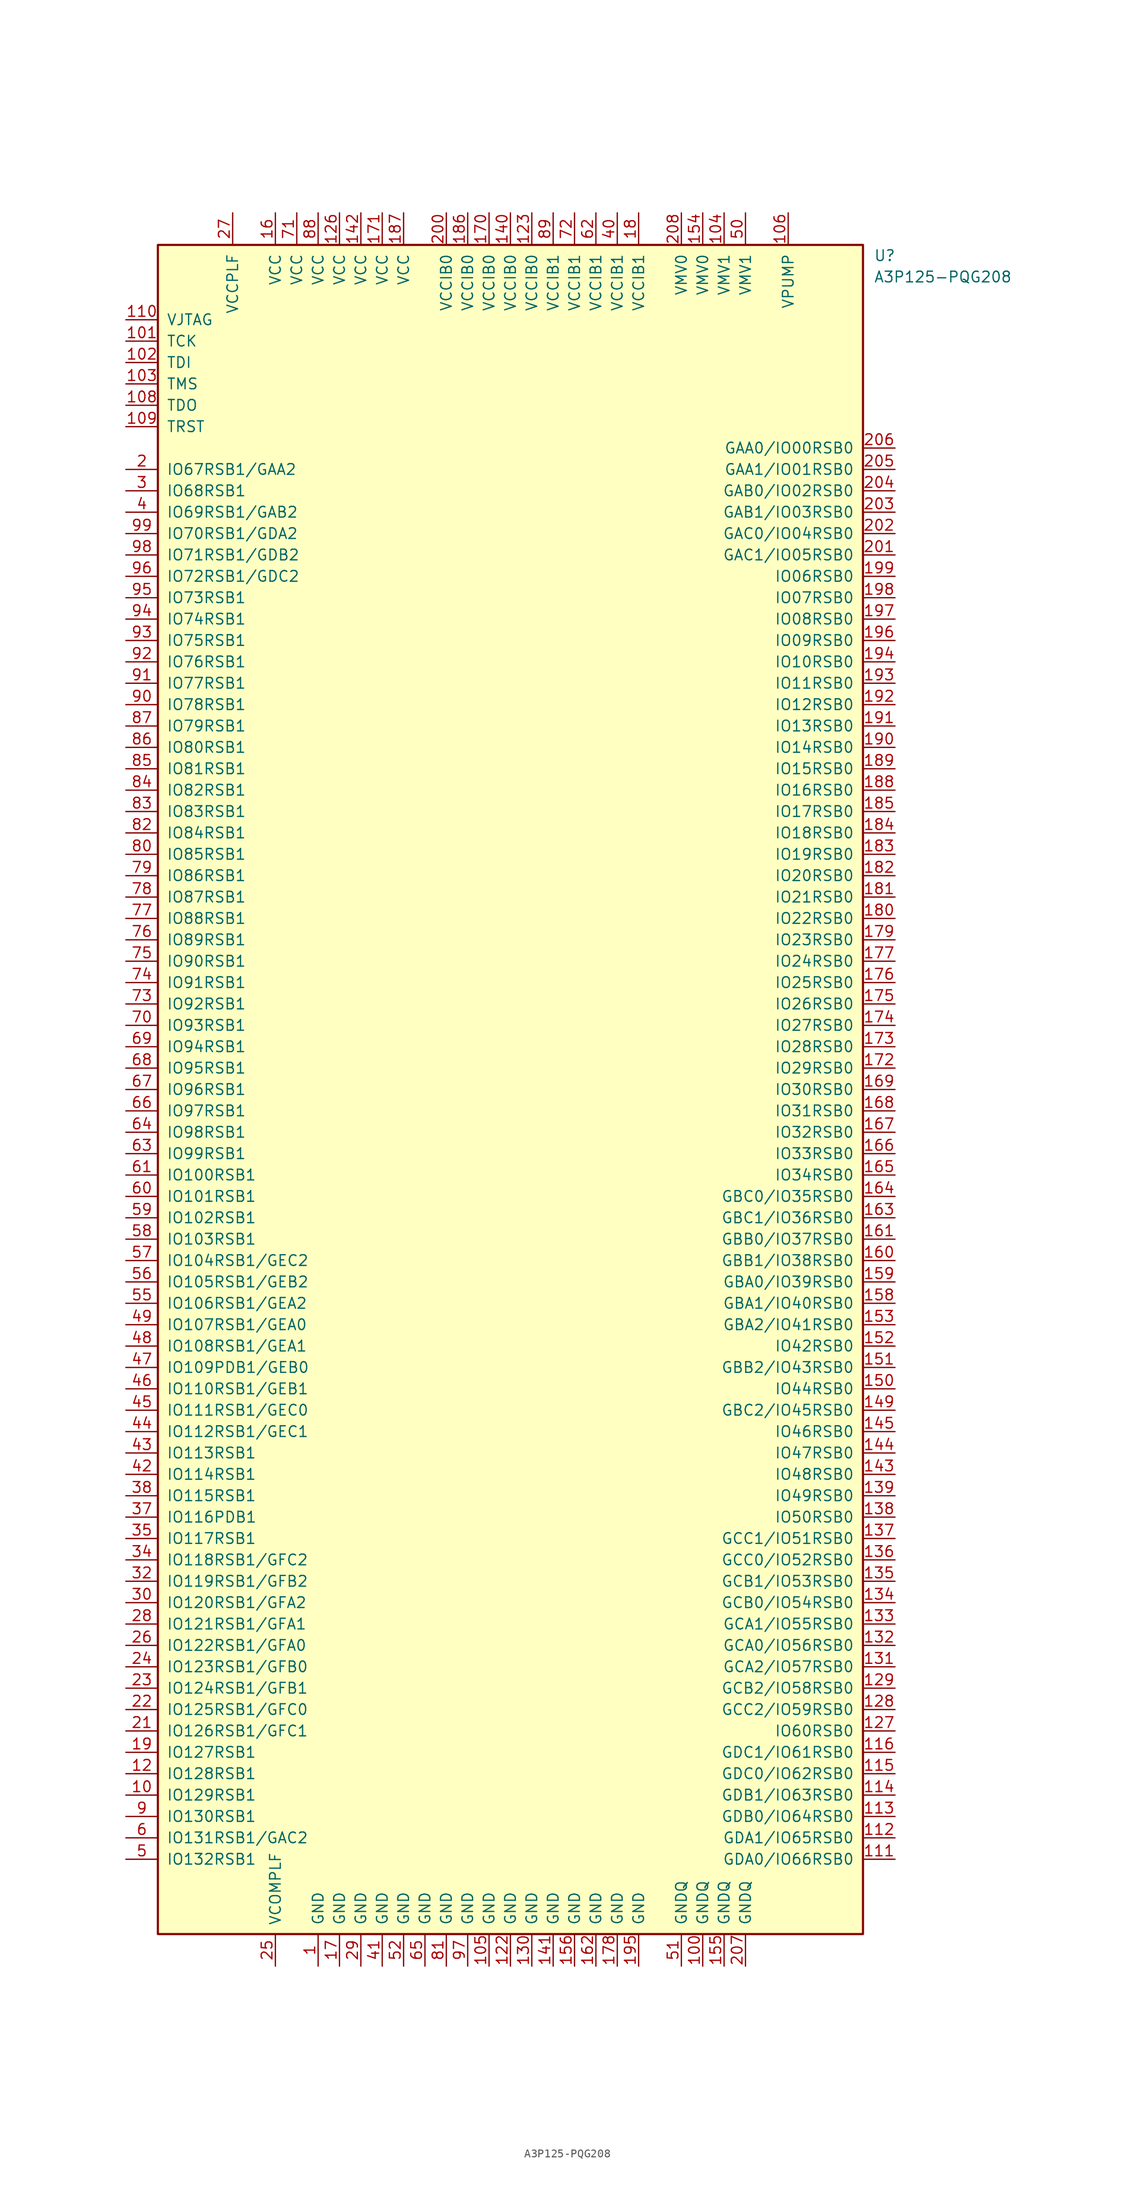
<source format=kicad_sym>
(kicad_symbol_lib
  (version 20201005)
  (generator kicad_symbol_editor)
  (symbol "FPGA_Microsemi:A3P125-PQG208"
    (pin_names
      (offset 1.016))
    (property "Reference" "U"
      (at 43.18 99.06 0)
      (effects (font (size 1.27 1.27)) (justify left)))
    (property "Value" "A3P125-PQG208"
      (at 43.18 96.52 0)
      (effects (font (size 1.27 1.27)) (justify left)))
    (symbol "A3P125-PQG208_1_0"
      (rectangle (start -41.91 -100.33) (end 41.91 100.33) (stroke (width 0.254)) (fill (type background))))
    (symbol "A3P125-PQG208_1_1"
      (pin power_in line (at -22.86 -104.14 90) (length 3.81) (name "GND" (effects (font (size 1.27 1.27)))) (number "1" (effects (font (size 1.27 1.27)))))
      (pin bidirectional line (at -45.72 -83.82 0) (length 3.81) (name "IO129RSB1" (effects (font (size 1.27 1.27)))) (number "10" (effects (font (size 1.27 1.27)))))
      (pin power_in line (at 22.86 -104.14 90) (length 3.81) (name "GNDQ" (effects (font (size 1.27 1.27)))) (number "100" (effects (font (size 1.27 1.27)))))
      (pin bidirectional line (at -45.72 88.9 0) (length 3.81) (name "TCK" (effects (font (size 1.27 1.27)))) (number "101" (effects (font (size 1.27 1.27)))))
      (pin bidirectional line (at -45.72 86.36 0) (length 3.81) (name "TDI" (effects (font (size 1.27 1.27)))) (number "102" (effects (font (size 1.27 1.27)))))
      (pin bidirectional line (at -45.72 83.82 0) (length 3.81) (name "TMS" (effects (font (size 1.27 1.27)))) (number "103" (effects (font (size 1.27 1.27)))))
      (pin power_in line (at 25.4 104.14 270) (length 3.81) (name "VMV1" (effects (font (size 1.27 1.27)))) (number "104" (effects (font (size 1.27 1.27)))))
      (pin power_in line (at -2.54 -104.14 90) (length 3.81) (name "GND" (effects (font (size 1.27 1.27)))) (number "105" (effects (font (size 1.27 1.27)))))
      (pin power_in line (at 33.02 104.14 270) (length 3.81) (name "VPUMP" (effects (font (size 1.27 1.27)))) (number "106" (effects (font (size 1.27 1.27)))))
      (pin bidirectional line (at -45.72 81.28 0) (length 3.81) (name "TDO" (effects (font (size 1.27 1.27)))) (number "108" (effects (font (size 1.27 1.27)))))
      (pin bidirectional line (at -45.72 78.74 0) (length 3.81) (name "TRST" (effects (font (size 1.27 1.27)))) (number "109" (effects (font (size 1.27 1.27)))))
      (pin power_in line (at -45.72 91.44 0) (length 3.81) (name "VJTAG" (effects (font (size 1.27 1.27)))) (number "110" (effects (font (size 1.27 1.27)))))
      (pin bidirectional line (at 45.72 -91.44 180) (length 3.81) (name "GDA0/IO66RSB0" (effects (font (size 1.27 1.27)))) (number "111" (effects (font (size 1.27 1.27)))))
      (pin bidirectional line (at 45.72 -88.9 180) (length 3.81) (name "GDA1/IO65RSB0" (effects (font (size 1.27 1.27)))) (number "112" (effects (font (size 1.27 1.27)))))
      (pin bidirectional line (at 45.72 -86.36 180) (length 3.81) (name "GDB0/IO64RSB0" (effects (font (size 1.27 1.27)))) (number "113" (effects (font (size 1.27 1.27)))))
      (pin bidirectional line (at 45.72 -83.82 180) (length 3.81) (name "GDB1/IO63RSB0" (effects (font (size 1.27 1.27)))) (number "114" (effects (font (size 1.27 1.27)))))
      (pin bidirectional line (at 45.72 -81.28 180) (length 3.81) (name "GDC0/IO62RSB0" (effects (font (size 1.27 1.27)))) (number "115" (effects (font (size 1.27 1.27)))))
      (pin bidirectional line (at 45.72 -78.74 180) (length 3.81) (name "GDC1/IO61RSB0" (effects (font (size 1.27 1.27)))) (number "116" (effects (font (size 1.27 1.27)))))
      (pin bidirectional line (at -45.72 -81.28 0) (length 3.81) (name "IO128RSB1" (effects (font (size 1.27 1.27)))) (number "12" (effects (font (size 1.27 1.27)))))
      (pin power_in line (at 0 -104.14 90) (length 3.81) (name "GND" (effects (font (size 1.27 1.27)))) (number "122" (effects (font (size 1.27 1.27)))))
      (pin power_in line (at 2.54 104.14 270) (length 3.81) (name "VCCIB0" (effects (font (size 1.27 1.27)))) (number "123" (effects (font (size 1.27 1.27)))))
      (pin power_in line (at -20.32 104.14 270) (length 3.81) (name "VCC" (effects (font (size 1.27 1.27)))) (number "126" (effects (font (size 1.27 1.27)))))
      (pin bidirectional line (at 45.72 -76.2 180) (length 3.81) (name "IO60RSB0" (effects (font (size 1.27 1.27)))) (number "127" (effects (font (size 1.27 1.27)))))
      (pin bidirectional line (at 45.72 -73.66 180) (length 3.81) (name "GCC2/IO59RSB0" (effects (font (size 1.27 1.27)))) (number "128" (effects (font (size 1.27 1.27)))))
      (pin bidirectional line (at 45.72 -71.12 180) (length 3.81) (name "GCB2/IO58RSB0" (effects (font (size 1.27 1.27)))) (number "129" (effects (font (size 1.27 1.27)))))
      (pin power_in line (at 2.54 -104.14 90) (length 3.81) (name "GND" (effects (font (size 1.27 1.27)))) (number "130" (effects (font (size 1.27 1.27)))))
      (pin bidirectional line (at 45.72 -68.58 180) (length 3.81) (name "GCA2/IO57RSB0" (effects (font (size 1.27 1.27)))) (number "131" (effects (font (size 1.27 1.27)))))
      (pin bidirectional line (at 45.72 -66.04 180) (length 3.81) (name "GCA0/IO56RSB0" (effects (font (size 1.27 1.27)))) (number "132" (effects (font (size 1.27 1.27)))))
      (pin bidirectional line (at 45.72 -63.5 180) (length 3.81) (name "GCA1/IO55RSB0" (effects (font (size 1.27 1.27)))) (number "133" (effects (font (size 1.27 1.27)))))
      (pin bidirectional line (at 45.72 -60.96 180) (length 3.81) (name "GCB0/IO54RSB0" (effects (font (size 1.27 1.27)))) (number "134" (effects (font (size 1.27 1.27)))))
      (pin bidirectional line (at 45.72 -58.42 180) (length 3.81) (name "GCB1/IO53RSB0" (effects (font (size 1.27 1.27)))) (number "135" (effects (font (size 1.27 1.27)))))
      (pin bidirectional line (at 45.72 -55.88 180) (length 3.81) (name "GCC0/IO52RSB0" (effects (font (size 1.27 1.27)))) (number "136" (effects (font (size 1.27 1.27)))))
      (pin bidirectional line (at 45.72 -53.34 180) (length 3.81) (name "GCC1/IO51RSB0" (effects (font (size 1.27 1.27)))) (number "137" (effects (font (size 1.27 1.27)))))
      (pin bidirectional line (at 45.72 -50.8 180) (length 3.81) (name "IO50RSB0" (effects (font (size 1.27 1.27)))) (number "138" (effects (font (size 1.27 1.27)))))
      (pin bidirectional line (at 45.72 -48.26 180) (length 3.81) (name "IO49RSB0" (effects (font (size 1.27 1.27)))) (number "139" (effects (font (size 1.27 1.27)))))
      (pin power_in line (at 0 104.14 270) (length 3.81) (name "VCCIB0" (effects (font (size 1.27 1.27)))) (number "140" (effects (font (size 1.27 1.27)))))
      (pin power_in line (at 5.08 -104.14 90) (length 3.81) (name "GND" (effects (font (size 1.27 1.27)))) (number "141" (effects (font (size 1.27 1.27)))))
      (pin power_in line (at -17.78 104.14 270) (length 3.81) (name "VCC" (effects (font (size 1.27 1.27)))) (number "142" (effects (font (size 1.27 1.27)))))
      (pin bidirectional line (at 45.72 -45.72 180) (length 3.81) (name "IO48RSB0" (effects (font (size 1.27 1.27)))) (number "143" (effects (font (size 1.27 1.27)))))
      (pin bidirectional line (at 45.72 -43.18 180) (length 3.81) (name "IO47RSB0" (effects (font (size 1.27 1.27)))) (number "144" (effects (font (size 1.27 1.27)))))
      (pin bidirectional line (at 45.72 -40.64 180) (length 3.81) (name "IO46RSB0" (effects (font (size 1.27 1.27)))) (number "145" (effects (font (size 1.27 1.27)))))
      (pin bidirectional line (at 45.72 -38.1 180) (length 3.81) (name "GBC2/IO45RSB0" (effects (font (size 1.27 1.27)))) (number "149" (effects (font (size 1.27 1.27)))))
      (pin bidirectional line (at 45.72 -35.56 180) (length 3.81) (name "IO44RSB0" (effects (font (size 1.27 1.27)))) (number "150" (effects (font (size 1.27 1.27)))))
      (pin bidirectional line (at 45.72 -33.02 180) (length 3.81) (name "GBB2/IO43RSB0" (effects (font (size 1.27 1.27)))) (number "151" (effects (font (size 1.27 1.27)))))
      (pin bidirectional line (at 45.72 -30.48 180) (length 3.81) (name "IO42RSB0" (effects (font (size 1.27 1.27)))) (number "152" (effects (font (size 1.27 1.27)))))
      (pin bidirectional line (at 45.72 -27.94 180) (length 3.81) (name "GBA2/IO41RSB0" (effects (font (size 1.27 1.27)))) (number "153" (effects (font (size 1.27 1.27)))))
      (pin power_in line (at 22.86 104.14 270) (length 3.81) (name "VMV0" (effects (font (size 1.27 1.27)))) (number "154" (effects (font (size 1.27 1.27)))))
      (pin power_in line (at 25.4 -104.14 90) (length 3.81) (name "GNDQ" (effects (font (size 1.27 1.27)))) (number "155" (effects (font (size 1.27 1.27)))))
      (pin power_in line (at 7.62 -104.14 90) (length 3.81) (name "GND" (effects (font (size 1.27 1.27)))) (number "156" (effects (font (size 1.27 1.27)))))
      (pin bidirectional line (at 45.72 -25.4 180) (length 3.81) (name "GBA1/IO40RSB0" (effects (font (size 1.27 1.27)))) (number "158" (effects (font (size 1.27 1.27)))))
      (pin bidirectional line (at 45.72 -22.86 180) (length 3.81) (name "GBA0/IO39RSB0" (effects (font (size 1.27 1.27)))) (number "159" (effects (font (size 1.27 1.27)))))
      (pin power_in line (at -27.94 104.14 270) (length 3.81) (name "VCC" (effects (font (size 1.27 1.27)))) (number "16" (effects (font (size 1.27 1.27)))))
      (pin bidirectional line (at 45.72 -20.32 180) (length 3.81) (name "GBB1/IO38RSB0" (effects (font (size 1.27 1.27)))) (number "160" (effects (font (size 1.27 1.27)))))
      (pin bidirectional line (at 45.72 -17.78 180) (length 3.81) (name "GBB0/IO37RSB0" (effects (font (size 1.27 1.27)))) (number "161" (effects (font (size 1.27 1.27)))))
      (pin power_in line (at 10.16 -104.14 90) (length 3.81) (name "GND" (effects (font (size 1.27 1.27)))) (number "162" (effects (font (size 1.27 1.27)))))
      (pin bidirectional line (at 45.72 -15.24 180) (length 3.81) (name "GBC1/IO36RSB0" (effects (font (size 1.27 1.27)))) (number "163" (effects (font (size 1.27 1.27)))))
      (pin bidirectional line (at 45.72 -12.7 180) (length 3.81) (name "GBC0/IO35RSB0" (effects (font (size 1.27 1.27)))) (number "164" (effects (font (size 1.27 1.27)))))
      (pin bidirectional line (at 45.72 -10.16 180) (length 3.81) (name "IO34RSB0" (effects (font (size 1.27 1.27)))) (number "165" (effects (font (size 1.27 1.27)))))
      (pin bidirectional line (at 45.72 -7.62 180) (length 3.81) (name "IO33RSB0" (effects (font (size 1.27 1.27)))) (number "166" (effects (font (size 1.27 1.27)))))
      (pin bidirectional line (at 45.72 -5.08 180) (length 3.81) (name "IO32RSB0" (effects (font (size 1.27 1.27)))) (number "167" (effects (font (size 1.27 1.27)))))
      (pin bidirectional line (at 45.72 -2.54 180) (length 3.81) (name "IO31RSB0" (effects (font (size 1.27 1.27)))) (number "168" (effects (font (size 1.27 1.27)))))
      (pin bidirectional line (at 45.72 0 180) (length 3.81) (name "IO30RSB0" (effects (font (size 1.27 1.27)))) (number "169" (effects (font (size 1.27 1.27)))))
      (pin power_in line (at -20.32 -104.14 90) (length 3.81) (name "GND" (effects (font (size 1.27 1.27)))) (number "17" (effects (font (size 1.27 1.27)))))
      (pin power_in line (at -2.54 104.14 270) (length 3.81) (name "VCCIB0" (effects (font (size 1.27 1.27)))) (number "170" (effects (font (size 1.27 1.27)))))
      (pin power_in line (at -15.24 104.14 270) (length 3.81) (name "VCC" (effects (font (size 1.27 1.27)))) (number "171" (effects (font (size 1.27 1.27)))))
      (pin bidirectional line (at 45.72 2.54 180) (length 3.81) (name "IO29RSB0" (effects (font (size 1.27 1.27)))) (number "172" (effects (font (size 1.27 1.27)))))
      (pin bidirectional line (at 45.72 5.08 180) (length 3.81) (name "IO28RSB0" (effects (font (size 1.27 1.27)))) (number "173" (effects (font (size 1.27 1.27)))))
      (pin bidirectional line (at 45.72 7.62 180) (length 3.81) (name "IO27RSB0" (effects (font (size 1.27 1.27)))) (number "174" (effects (font (size 1.27 1.27)))))
      (pin bidirectional line (at 45.72 10.16 180) (length 3.81) (name "IO26RSB0" (effects (font (size 1.27 1.27)))) (number "175" (effects (font (size 1.27 1.27)))))
      (pin bidirectional line (at 45.72 12.7 180) (length 3.81) (name "IO25RSB0" (effects (font (size 1.27 1.27)))) (number "176" (effects (font (size 1.27 1.27)))))
      (pin bidirectional line (at 45.72 15.24 180) (length 3.81) (name "IO24RSB0" (effects (font (size 1.27 1.27)))) (number "177" (effects (font (size 1.27 1.27)))))
      (pin power_in line (at 12.7 -104.14 90) (length 3.81) (name "GND" (effects (font (size 1.27 1.27)))) (number "178" (effects (font (size 1.27 1.27)))))
      (pin bidirectional line (at 45.72 17.78 180) (length 3.81) (name "IO23RSB0" (effects (font (size 1.27 1.27)))) (number "179" (effects (font (size 1.27 1.27)))))
      (pin power_in line (at 15.24 104.14 270) (length 3.81) (name "VCCIB1" (effects (font (size 1.27 1.27)))) (number "18" (effects (font (size 1.27 1.27)))))
      (pin bidirectional line (at 45.72 20.32 180) (length 3.81) (name "IO22RSB0" (effects (font (size 1.27 1.27)))) (number "180" (effects (font (size 1.27 1.27)))))
      (pin bidirectional line (at 45.72 22.86 180) (length 3.81) (name "IO21RSB0" (effects (font (size 1.27 1.27)))) (number "181" (effects (font (size 1.27 1.27)))))
      (pin bidirectional line (at 45.72 25.4 180) (length 3.81) (name "IO20RSB0" (effects (font (size 1.27 1.27)))) (number "182" (effects (font (size 1.27 1.27)))))
      (pin bidirectional line (at 45.72 27.94 180) (length 3.81) (name "IO19RSB0" (effects (font (size 1.27 1.27)))) (number "183" (effects (font (size 1.27 1.27)))))
      (pin bidirectional line (at 45.72 30.48 180) (length 3.81) (name "IO18RSB0" (effects (font (size 1.27 1.27)))) (number "184" (effects (font (size 1.27 1.27)))))
      (pin bidirectional line (at 45.72 33.02 180) (length 3.81) (name "IO17RSB0" (effects (font (size 1.27 1.27)))) (number "185" (effects (font (size 1.27 1.27)))))
      (pin power_in line (at -5.08 104.14 270) (length 3.81) (name "VCCIB0" (effects (font (size 1.27 1.27)))) (number "186" (effects (font (size 1.27 1.27)))))
      (pin power_in line (at -12.7 104.14 270) (length 3.81) (name "VCC" (effects (font (size 1.27 1.27)))) (number "187" (effects (font (size 1.27 1.27)))))
      (pin bidirectional line (at 45.72 35.56 180) (length 3.81) (name "IO16RSB0" (effects (font (size 1.27 1.27)))) (number "188" (effects (font (size 1.27 1.27)))))
      (pin bidirectional line (at 45.72 38.1 180) (length 3.81) (name "IO15RSB0" (effects (font (size 1.27 1.27)))) (number "189" (effects (font (size 1.27 1.27)))))
      (pin bidirectional line (at -45.72 -78.74 0) (length 3.81) (name "IO127RSB1" (effects (font (size 1.27 1.27)))) (number "19" (effects (font (size 1.27 1.27)))))
      (pin bidirectional line (at 45.72 40.64 180) (length 3.81) (name "IO14RSB0" (effects (font (size 1.27 1.27)))) (number "190" (effects (font (size 1.27 1.27)))))
      (pin bidirectional line (at 45.72 43.18 180) (length 3.81) (name "IO13RSB0" (effects (font (size 1.27 1.27)))) (number "191" (effects (font (size 1.27 1.27)))))
      (pin bidirectional line (at 45.72 45.72 180) (length 3.81) (name "IO12RSB0" (effects (font (size 1.27 1.27)))) (number "192" (effects (font (size 1.27 1.27)))))
      (pin bidirectional line (at 45.72 48.26 180) (length 3.81) (name "IO11RSB0" (effects (font (size 1.27 1.27)))) (number "193" (effects (font (size 1.27 1.27)))))
      (pin bidirectional line (at 45.72 50.8 180) (length 3.81) (name "IO10RSB0" (effects (font (size 1.27 1.27)))) (number "194" (effects (font (size 1.27 1.27)))))
      (pin power_in line (at 15.24 -104.14 90) (length 3.81) (name "GND" (effects (font (size 1.27 1.27)))) (number "195" (effects (font (size 1.27 1.27)))))
      (pin bidirectional line (at 45.72 53.34 180) (length 3.81) (name "IO09RSB0" (effects (font (size 1.27 1.27)))) (number "196" (effects (font (size 1.27 1.27)))))
      (pin bidirectional line (at 45.72 55.88 180) (length 3.81) (name "IO08RSB0" (effects (font (size 1.27 1.27)))) (number "197" (effects (font (size 1.27 1.27)))))
      (pin bidirectional line (at 45.72 58.42 180) (length 3.81) (name "IO07RSB0" (effects (font (size 1.27 1.27)))) (number "198" (effects (font (size 1.27 1.27)))))
      (pin bidirectional line (at 45.72 60.96 180) (length 3.81) (name "IO06RSB0" (effects (font (size 1.27 1.27)))) (number "199" (effects (font (size 1.27 1.27)))))
      (pin bidirectional line (at -45.72 73.66 0) (length 3.81) (name "IO67RSB1/GAA2" (effects (font (size 1.27 1.27)))) (number "2" (effects (font (size 1.27 1.27)))))
      (pin power_in line (at -7.62 104.14 270) (length 3.81) (name "VCCIB0" (effects (font (size 1.27 1.27)))) (number "200" (effects (font (size 1.27 1.27)))))
      (pin bidirectional line (at 45.72 63.5 180) (length 3.81) (name "GAC1/IO05RSB0" (effects (font (size 1.27 1.27)))) (number "201" (effects (font (size 1.27 1.27)))))
      (pin bidirectional line (at 45.72 66.04 180) (length 3.81) (name "GAC0/IO04RSB0" (effects (font (size 1.27 1.27)))) (number "202" (effects (font (size 1.27 1.27)))))
      (pin bidirectional line (at 45.72 68.58 180) (length 3.81) (name "GAB1/IO03RSB0" (effects (font (size 1.27 1.27)))) (number "203" (effects (font (size 1.27 1.27)))))
      (pin bidirectional line (at 45.72 71.12 180) (length 3.81) (name "GAB0/IO02RSB0" (effects (font (size 1.27 1.27)))) (number "204" (effects (font (size 1.27 1.27)))))
      (pin bidirectional line (at 45.72 73.66 180) (length 3.81) (name "GAA1/IO01RSB0" (effects (font (size 1.27 1.27)))) (number "205" (effects (font (size 1.27 1.27)))))
      (pin bidirectional line (at 45.72 76.2 180) (length 3.81) (name "GAA0/IO00RSB0" (effects (font (size 1.27 1.27)))) (number "206" (effects (font (size 1.27 1.27)))))
      (pin power_in line (at 27.94 -104.14 90) (length 3.81) (name "GNDQ" (effects (font (size 1.27 1.27)))) (number "207" (effects (font (size 1.27 1.27)))))
      (pin power_in line (at 20.32 104.14 270) (length 3.81) (name "VMV0" (effects (font (size 1.27 1.27)))) (number "208" (effects (font (size 1.27 1.27)))))
      (pin bidirectional line (at -45.72 -76.2 0) (length 3.81) (name "IO126RSB1/GFC1" (effects (font (size 1.27 1.27)))) (number "21" (effects (font (size 1.27 1.27)))))
      (pin bidirectional line (at -45.72 -73.66 0) (length 3.81) (name "IO125RSB1/GFC0" (effects (font (size 1.27 1.27)))) (number "22" (effects (font (size 1.27 1.27)))))
      (pin bidirectional line (at -45.72 -71.12 0) (length 3.81) (name "IO124RSB1/GFB1" (effects (font (size 1.27 1.27)))) (number "23" (effects (font (size 1.27 1.27)))))
      (pin bidirectional line (at -45.72 -68.58 0) (length 3.81) (name "IO123RSB1/GFB0" (effects (font (size 1.27 1.27)))) (number "24" (effects (font (size 1.27 1.27)))))
      (pin power_in line (at -27.94 -104.14 90) (length 3.81) (name "VCOMPLF" (effects (font (size 1.27 1.27)))) (number "25" (effects (font (size 1.27 1.27)))))
      (pin bidirectional line (at -45.72 -66.04 0) (length 3.81) (name "IO122RSB1/GFA0" (effects (font (size 1.27 1.27)))) (number "26" (effects (font (size 1.27 1.27)))))
      (pin power_in line (at -33.02 104.14 270) (length 3.81) (name "VCCPLF" (effects (font (size 1.27 1.27)))) (number "27" (effects (font (size 1.27 1.27)))))
      (pin bidirectional line (at -45.72 -63.5 0) (length 3.81) (name "IO121RSB1/GFA1" (effects (font (size 1.27 1.27)))) (number "28" (effects (font (size 1.27 1.27)))))
      (pin power_in line (at -17.78 -104.14 90) (length 3.81) (name "GND" (effects (font (size 1.27 1.27)))) (number "29" (effects (font (size 1.27 1.27)))))
      (pin bidirectional line (at -45.72 71.12 0) (length 3.81) (name "IO68RSB1" (effects (font (size 1.27 1.27)))) (number "3" (effects (font (size 1.27 1.27)))))
      (pin bidirectional line (at -45.72 -60.96 0) (length 3.81) (name "IO120RSB1/GFA2" (effects (font (size 1.27 1.27)))) (number "30" (effects (font (size 1.27 1.27)))))
      (pin bidirectional line (at -45.72 -58.42 0) (length 3.81) (name "IO119RSB1/GFB2" (effects (font (size 1.27 1.27)))) (number "32" (effects (font (size 1.27 1.27)))))
      (pin bidirectional line (at -45.72 -55.88 0) (length 3.81) (name "IO118RSB1/GFC2" (effects (font (size 1.27 1.27)))) (number "34" (effects (font (size 1.27 1.27)))))
      (pin bidirectional line (at -45.72 -53.34 0) (length 3.81) (name "IO117RSB1" (effects (font (size 1.27 1.27)))) (number "35" (effects (font (size 1.27 1.27)))))
      (pin bidirectional line (at -45.72 -50.8 0) (length 3.81) (name "IO116PDB1" (effects (font (size 1.27 1.27)))) (number "37" (effects (font (size 1.27 1.27)))))
      (pin bidirectional line (at -45.72 -48.26 0) (length 3.81) (name "IO115RSB1" (effects (font (size 1.27 1.27)))) (number "38" (effects (font (size 1.27 1.27)))))
      (pin bidirectional line (at -45.72 68.58 0) (length 3.81) (name "IO69RSB1/GAB2" (effects (font (size 1.27 1.27)))) (number "4" (effects (font (size 1.27 1.27)))))
      (pin power_in line (at 12.7 104.14 270) (length 3.81) (name "VCCIB1" (effects (font (size 1.27 1.27)))) (number "40" (effects (font (size 1.27 1.27)))))
      (pin power_in line (at -15.24 -104.14 90) (length 3.81) (name "GND" (effects (font (size 1.27 1.27)))) (number "41" (effects (font (size 1.27 1.27)))))
      (pin bidirectional line (at -45.72 -45.72 0) (length 3.81) (name "IO114RSB1" (effects (font (size 1.27 1.27)))) (number "42" (effects (font (size 1.27 1.27)))))
      (pin bidirectional line (at -45.72 -43.18 0) (length 3.81) (name "IO113RSB1" (effects (font (size 1.27 1.27)))) (number "43" (effects (font (size 1.27 1.27)))))
      (pin bidirectional line (at -45.72 -40.64 0) (length 3.81) (name "IO112RSB1/GEC1" (effects (font (size 1.27 1.27)))) (number "44" (effects (font (size 1.27 1.27)))))
      (pin bidirectional line (at -45.72 -38.1 0) (length 3.81) (name "IO111RSB1/GEC0" (effects (font (size 1.27 1.27)))) (number "45" (effects (font (size 1.27 1.27)))))
      (pin bidirectional line (at -45.72 -35.56 0) (length 3.81) (name "IO110RSB1/GEB1" (effects (font (size 1.27 1.27)))) (number "46" (effects (font (size 1.27 1.27)))))
      (pin bidirectional line (at -45.72 -33.02 0) (length 3.81) (name "IO109PDB1/GEB0" (effects (font (size 1.27 1.27)))) (number "47" (effects (font (size 1.27 1.27)))))
      (pin bidirectional line (at -45.72 -30.48 0) (length 3.81) (name "IO108RSB1/GEA1" (effects (font (size 1.27 1.27)))) (number "48" (effects (font (size 1.27 1.27)))))
      (pin bidirectional line (at -45.72 -27.94 0) (length 3.81) (name "IO107RSB1/GEA0" (effects (font (size 1.27 1.27)))) (number "49" (effects (font (size 1.27 1.27)))))
      (pin bidirectional line (at -45.72 -91.44 0) (length 3.81) (name "IO132RSB1" (effects (font (size 1.27 1.27)))) (number "5" (effects (font (size 1.27 1.27)))))
      (pin power_in line (at 27.94 104.14 270) (length 3.81) (name "VMV1" (effects (font (size 1.27 1.27)))) (number "50" (effects (font (size 1.27 1.27)))))
      (pin power_in line (at 20.32 -104.14 90) (length 3.81) (name "GNDQ" (effects (font (size 1.27 1.27)))) (number "51" (effects (font (size 1.27 1.27)))))
      (pin power_in line (at -12.7 -104.14 90) (length 3.81) (name "GND" (effects (font (size 1.27 1.27)))) (number "52" (effects (font (size 1.27 1.27)))))
      (pin bidirectional line (at -45.72 -25.4 0) (length 3.81) (name "IO106RSB1/GEA2" (effects (font (size 1.27 1.27)))) (number "55" (effects (font (size 1.27 1.27)))))
      (pin bidirectional line (at -45.72 -22.86 0) (length 3.81) (name "IO105RSB1/GEB2" (effects (font (size 1.27 1.27)))) (number "56" (effects (font (size 1.27 1.27)))))
      (pin bidirectional line (at -45.72 -20.32 0) (length 3.81) (name "IO104RSB1/GEC2" (effects (font (size 1.27 1.27)))) (number "57" (effects (font (size 1.27 1.27)))))
      (pin bidirectional line (at -45.72 -17.78 0) (length 3.81) (name "IO103RSB1" (effects (font (size 1.27 1.27)))) (number "58" (effects (font (size 1.27 1.27)))))
      (pin bidirectional line (at -45.72 -15.24 0) (length 3.81) (name "IO102RSB1" (effects (font (size 1.27 1.27)))) (number "59" (effects (font (size 1.27 1.27)))))
      (pin bidirectional line (at -45.72 -88.9 0) (length 3.81) (name "IO131RSB1/GAC2" (effects (font (size 1.27 1.27)))) (number "6" (effects (font (size 1.27 1.27)))))
      (pin bidirectional line (at -45.72 -12.7 0) (length 3.81) (name "IO101RSB1" (effects (font (size 1.27 1.27)))) (number "60" (effects (font (size 1.27 1.27)))))
      (pin bidirectional line (at -45.72 -10.16 0) (length 3.81) (name "IO100RSB1" (effects (font (size 1.27 1.27)))) (number "61" (effects (font (size 1.27 1.27)))))
      (pin power_in line (at 10.16 104.14 270) (length 3.81) (name "VCCIB1" (effects (font (size 1.27 1.27)))) (number "62" (effects (font (size 1.27 1.27)))))
      (pin bidirectional line (at -45.72 -7.62 0) (length 3.81) (name "IO99RSB1" (effects (font (size 1.27 1.27)))) (number "63" (effects (font (size 1.27 1.27)))))
      (pin bidirectional line (at -45.72 -5.08 0) (length 3.81) (name "IO98RSB1" (effects (font (size 1.27 1.27)))) (number "64" (effects (font (size 1.27 1.27)))))
      (pin power_in line (at -10.16 -104.14 90) (length 3.81) (name "GND" (effects (font (size 1.27 1.27)))) (number "65" (effects (font (size 1.27 1.27)))))
      (pin bidirectional line (at -45.72 -2.54 0) (length 3.81) (name "IO97RSB1" (effects (font (size 1.27 1.27)))) (number "66" (effects (font (size 1.27 1.27)))))
      (pin bidirectional line (at -45.72 0 0) (length 3.81) (name "IO96RSB1" (effects (font (size 1.27 1.27)))) (number "67" (effects (font (size 1.27 1.27)))))
      (pin bidirectional line (at -45.72 2.54 0) (length 3.81) (name "IO95RSB1" (effects (font (size 1.27 1.27)))) (number "68" (effects (font (size 1.27 1.27)))))
      (pin bidirectional line (at -45.72 5.08 0) (length 3.81) (name "IO94RSB1" (effects (font (size 1.27 1.27)))) (number "69" (effects (font (size 1.27 1.27)))))
      (pin bidirectional line (at -45.72 7.62 0) (length 3.81) (name "IO93RSB1" (effects (font (size 1.27 1.27)))) (number "70" (effects (font (size 1.27 1.27)))))
      (pin power_in line (at -25.4 104.14 270) (length 3.81) (name "VCC" (effects (font (size 1.27 1.27)))) (number "71" (effects (font (size 1.27 1.27)))))
      (pin power_in line (at 7.62 104.14 270) (length 3.81) (name "VCCIB1" (effects (font (size 1.27 1.27)))) (number "72" (effects (font (size 1.27 1.27)))))
      (pin bidirectional line (at -45.72 10.16 0) (length 3.81) (name "IO92RSB1" (effects (font (size 1.27 1.27)))) (number "73" (effects (font (size 1.27 1.27)))))
      (pin bidirectional line (at -45.72 12.7 0) (length 3.81) (name "IO91RSB1" (effects (font (size 1.27 1.27)))) (number "74" (effects (font (size 1.27 1.27)))))
      (pin bidirectional line (at -45.72 15.24 0) (length 3.81) (name "IO90RSB1" (effects (font (size 1.27 1.27)))) (number "75" (effects (font (size 1.27 1.27)))))
      (pin bidirectional line (at -45.72 17.78 0) (length 3.81) (name "IO89RSB1" (effects (font (size 1.27 1.27)))) (number "76" (effects (font (size 1.27 1.27)))))
      (pin bidirectional line (at -45.72 20.32 0) (length 3.81) (name "IO88RSB1" (effects (font (size 1.27 1.27)))) (number "77" (effects (font (size 1.27 1.27)))))
      (pin bidirectional line (at -45.72 22.86 0) (length 3.81) (name "IO87RSB1" (effects (font (size 1.27 1.27)))) (number "78" (effects (font (size 1.27 1.27)))))
      (pin bidirectional line (at -45.72 25.4 0) (length 3.81) (name "IO86RSB1" (effects (font (size 1.27 1.27)))) (number "79" (effects (font (size 1.27 1.27)))))
      (pin bidirectional line (at -45.72 27.94 0) (length 3.81) (name "IO85RSB1" (effects (font (size 1.27 1.27)))) (number "80" (effects (font (size 1.27 1.27)))))
      (pin power_in line (at -7.62 -104.14 90) (length 3.81) (name "GND" (effects (font (size 1.27 1.27)))) (number "81" (effects (font (size 1.27 1.27)))))
      (pin bidirectional line (at -45.72 30.48 0) (length 3.81) (name "IO84RSB1" (effects (font (size 1.27 1.27)))) (number "82" (effects (font (size 1.27 1.27)))))
      (pin bidirectional line (at -45.72 33.02 0) (length 3.81) (name "IO83RSB1" (effects (font (size 1.27 1.27)))) (number "83" (effects (font (size 1.27 1.27)))))
      (pin bidirectional line (at -45.72 35.56 0) (length 3.81) (name "IO82RSB1" (effects (font (size 1.27 1.27)))) (number "84" (effects (font (size 1.27 1.27)))))
      (pin bidirectional line (at -45.72 38.1 0) (length 3.81) (name "IO81RSB1" (effects (font (size 1.27 1.27)))) (number "85" (effects (font (size 1.27 1.27)))))
      (pin bidirectional line (at -45.72 40.64 0) (length 3.81) (name "IO80RSB1" (effects (font (size 1.27 1.27)))) (number "86" (effects (font (size 1.27 1.27)))))
      (pin bidirectional line (at -45.72 43.18 0) (length 3.81) (name "IO79RSB1" (effects (font (size 1.27 1.27)))) (number "87" (effects (font (size 1.27 1.27)))))
      (pin power_in line (at -22.86 104.14 270) (length 3.81) (name "VCC" (effects (font (size 1.27 1.27)))) (number "88" (effects (font (size 1.27 1.27)))))
      (pin power_in line (at 5.08 104.14 270) (length 3.81) (name "VCCIB1" (effects (font (size 1.27 1.27)))) (number "89" (effects (font (size 1.27 1.27)))))
      (pin bidirectional line (at -45.72 -86.36 0) (length 3.81) (name "IO130RSB1" (effects (font (size 1.27 1.27)))) (number "9" (effects (font (size 1.27 1.27)))))
      (pin bidirectional line (at -45.72 45.72 0) (length 3.81) (name "IO78RSB1" (effects (font (size 1.27 1.27)))) (number "90" (effects (font (size 1.27 1.27)))))
      (pin bidirectional line (at -45.72 48.26 0) (length 3.81) (name "IO77RSB1" (effects (font (size 1.27 1.27)))) (number "91" (effects (font (size 1.27 1.27)))))
      (pin bidirectional line (at -45.72 50.8 0) (length 3.81) (name "IO76RSB1" (effects (font (size 1.27 1.27)))) (number "92" (effects (font (size 1.27 1.27)))))
      (pin bidirectional line (at -45.72 53.34 0) (length 3.81) (name "IO75RSB1" (effects (font (size 1.27 1.27)))) (number "93" (effects (font (size 1.27 1.27)))))
      (pin bidirectional line (at -45.72 55.88 0) (length 3.81) (name "IO74RSB1" (effects (font (size 1.27 1.27)))) (number "94" (effects (font (size 1.27 1.27)))))
      (pin bidirectional line (at -45.72 58.42 0) (length 3.81) (name "IO73RSB1" (effects (font (size 1.27 1.27)))) (number "95" (effects (font (size 1.27 1.27)))))
      (pin bidirectional line (at -45.72 60.96 0) (length 3.81) (name "IO72RSB1/GDC2" (effects (font (size 1.27 1.27)))) (number "96" (effects (font (size 1.27 1.27)))))
      (pin power_in line (at -5.08 -104.14 90) (length 3.81) (name "GND" (effects (font (size 1.27 1.27)))) (number "97" (effects (font (size 1.27 1.27)))))
      (pin bidirectional line (at -45.72 63.5 0) (length 3.81) (name "IO71RSB1/GDB2" (effects (font (size 1.27 1.27)))) (number "98" (effects (font (size 1.27 1.27)))))
      (pin bidirectional line (at -45.72 66.04 0) (length 3.81) (name "IO70RSB1/GDA2" (effects (font (size 1.27 1.27)))) (number "99" (effects (font (size 1.27 1.27))))))))
</source>
